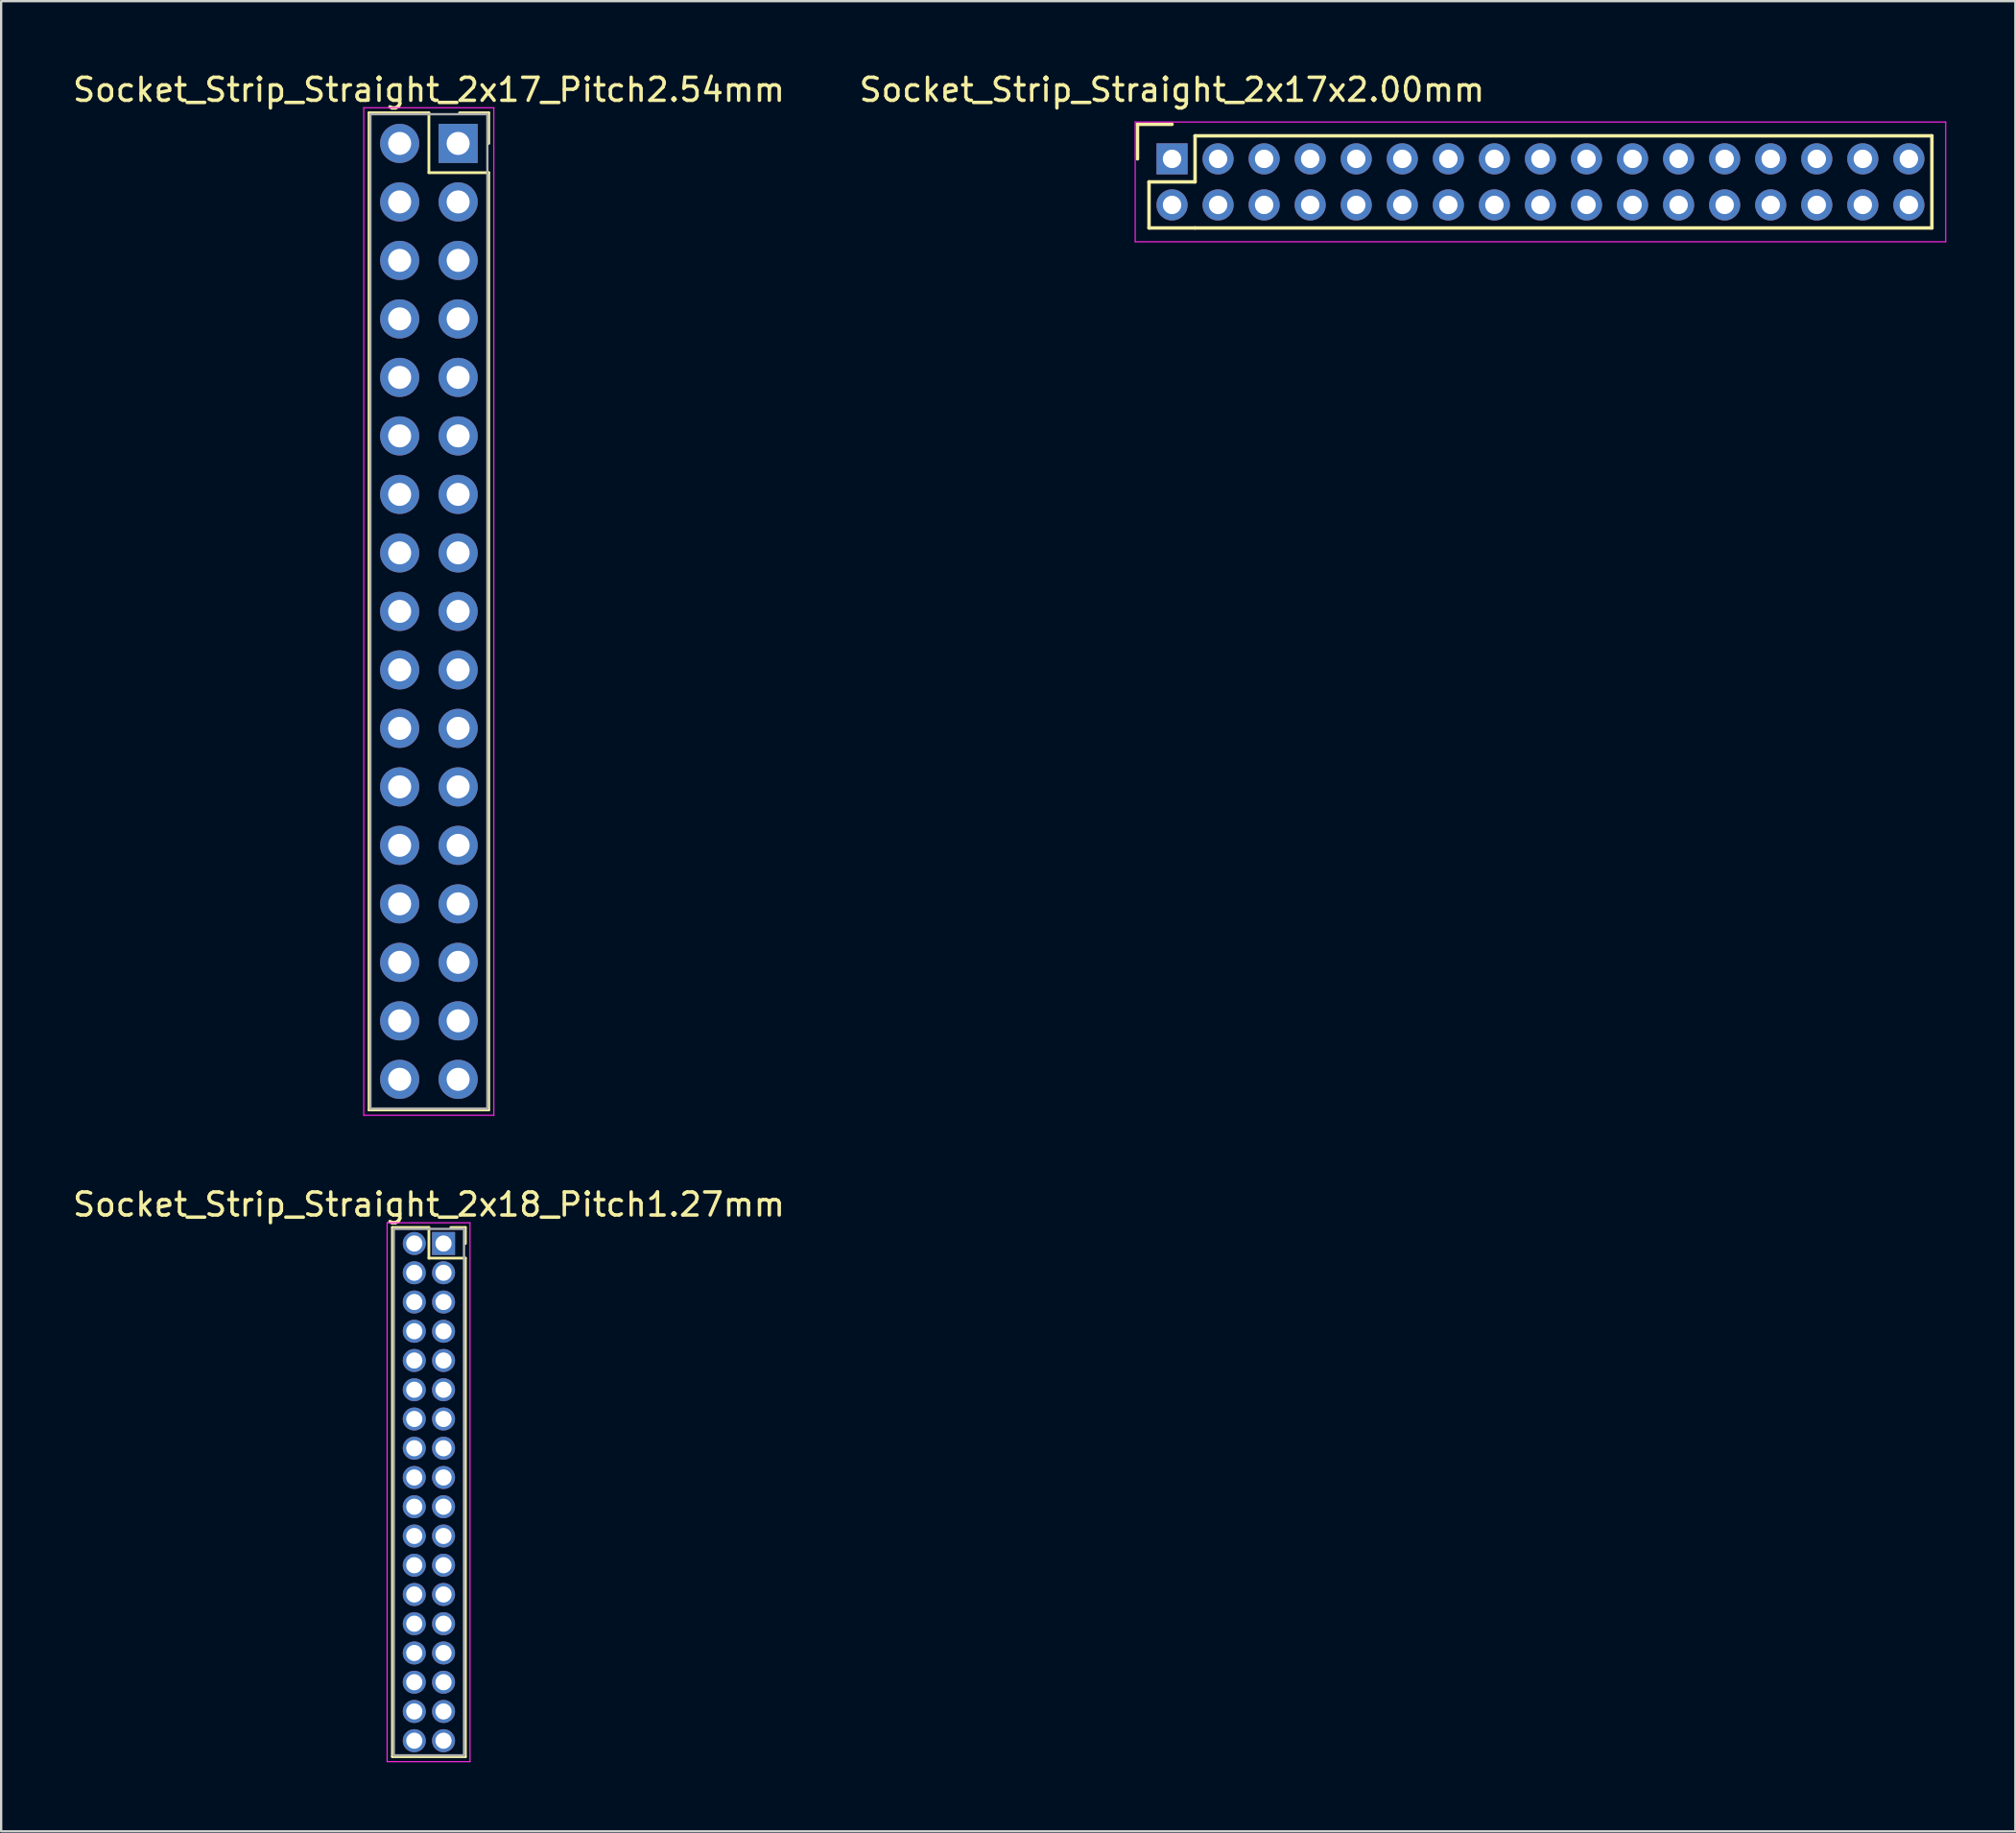
<source format=kicad_pcb>
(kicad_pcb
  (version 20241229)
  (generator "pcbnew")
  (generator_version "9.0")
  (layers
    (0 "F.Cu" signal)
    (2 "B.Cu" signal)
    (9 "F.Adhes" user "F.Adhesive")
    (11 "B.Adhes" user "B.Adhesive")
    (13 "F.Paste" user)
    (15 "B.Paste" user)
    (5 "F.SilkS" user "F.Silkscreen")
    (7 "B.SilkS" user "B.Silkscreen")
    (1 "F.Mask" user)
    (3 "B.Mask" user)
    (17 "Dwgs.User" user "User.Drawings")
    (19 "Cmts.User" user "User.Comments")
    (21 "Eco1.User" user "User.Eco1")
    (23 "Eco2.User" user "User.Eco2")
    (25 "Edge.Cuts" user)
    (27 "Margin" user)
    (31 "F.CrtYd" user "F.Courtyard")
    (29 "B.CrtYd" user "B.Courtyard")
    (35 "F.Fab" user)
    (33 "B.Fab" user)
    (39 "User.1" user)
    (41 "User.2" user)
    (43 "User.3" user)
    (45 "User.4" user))
  (footprint "Socket_Strip_Straight_2x17_Pitch2.54mm"
    (layer "F.Cu")
    (at 16.847 3.178)
    (property "Reference" "Socket_Strip_Straight_2x17_Pitch2.54mm" (at -1.27 -2.33 0) (layer "F.SilkS") (effects (font (size 1 1) (thickness 0.15))))
    (attr through_hole)
    (fp_line (start -3.87 -1.33) (end -1.27 -1.33) (stroke (width 0.12) (type solid)) (layer "F.SilkS"))
    (fp_line (start -3.87 41.97) (end -3.87 -1.33) (stroke (width 0.12) (type solid)) (layer "F.SilkS"))
    (fp_line (start -1.27 -1.33) (end -1.27 1.27) (stroke (width 0.12) (type solid)) (layer "F.SilkS"))
    (fp_line (start -1.27 1.27) (end 1.33 1.27) (stroke (width 0.12) (type solid)) (layer "F.SilkS"))
    (fp_line (start 1.33 -1.33) (end 0.06 -1.33) (stroke (width 0.12) (type solid)) (layer "F.SilkS"))
    (fp_line (start 1.33 0) (end 1.33 -1.33) (stroke (width 0.12) (type solid)) (layer "F.SilkS"))
    (fp_line (start 1.33 1.27) (end 1.33 41.97) (stroke (width 0.12) (type solid)) (layer "F.SilkS"))
    (fp_line (start 1.33 41.97) (end -3.87 41.97) (stroke (width 0.12) (type solid)) (layer "F.SilkS"))
    (fp_line (start -4.1 -1.55) (end -4.1 42.2) (stroke (width 0.05) (type solid)) (layer "F.CrtYd"))
    (fp_line (start -4.1 42.2) (end 1.55 42.2) (stroke (width 0.05) (type solid)) (layer "F.CrtYd"))
    (fp_line (start 1.55 -1.55) (end -4.1 -1.55) (stroke (width 0.05) (type solid)) (layer "F.CrtYd"))
    (fp_line (start 1.55 42.2) (end 1.55 -1.55) (stroke (width 0.05) (type solid)) (layer "F.CrtYd"))
    (fp_line (start -3.81 -1.27) (end -3.81 41.91) (stroke (width 0.1) (type solid)) (layer "F.Fab"))
    (fp_line (start -3.81 41.91) (end 1.27 41.91) (stroke (width 0.1) (type solid)) (layer "F.Fab"))
    (fp_line (start 1.27 -1.27) (end -3.81 -1.27) (stroke (width 0.1) (type solid)) (layer "F.Fab"))
    (fp_line (start 1.27 41.91) (end 1.27 -1.27) (stroke (width 0.1) (type solid)) (layer "F.Fab"))
    (pad "1" thru_hole rect (at 0 0) (size 1.7 1.7) (drill 1) (layers "*.Cu" "*.Mask"))
    (pad "2" thru_hole oval (at -2.54 0) (size 1.7 1.7) (drill 1) (layers "*.Cu" "*.Mask"))
    (pad "3" thru_hole oval (at 0 2.54) (size 1.7 1.7) (drill 1) (layers "*.Cu" "*.Mask"))
    (pad "4" thru_hole oval (at -2.54 2.54) (size 1.7 1.7) (drill 1) (layers "*.Cu" "*.Mask"))
    (pad "5" thru_hole oval (at 0 5.08) (size 1.7 1.7) (drill 1) (layers "*.Cu" "*.Mask"))
    (pad "6" thru_hole oval (at -2.54 5.08) (size 1.7 1.7) (drill 1) (layers "*.Cu" "*.Mask"))
    (pad "7" thru_hole oval (at 0 7.62) (size 1.7 1.7) (drill 1) (layers "*.Cu" "*.Mask"))
    (pad "8" thru_hole oval (at -2.54 7.62) (size 1.7 1.7) (drill 1) (layers "*.Cu" "*.Mask"))
    (pad "9" thru_hole oval (at 0 10.16) (size 1.7 1.7) (drill 1) (layers "*.Cu" "*.Mask"))
    (pad "10" thru_hole oval (at -2.54 10.16) (size 1.7 1.7) (drill 1) (layers "*.Cu" "*.Mask"))
    (pad "11" thru_hole oval (at 0 12.7) (size 1.7 1.7) (drill 1) (layers "*.Cu" "*.Mask"))
    (pad "12" thru_hole oval (at -2.54 12.7) (size 1.7 1.7) (drill 1) (layers "*.Cu" "*.Mask"))
    (pad "13" thru_hole oval (at 0 15.24) (size 1.7 1.7) (drill 1) (layers "*.Cu" "*.Mask"))
    (pad "14" thru_hole oval (at -2.54 15.24) (size 1.7 1.7) (drill 1) (layers "*.Cu" "*.Mask"))
    (pad "15" thru_hole oval (at 0 17.78) (size 1.7 1.7) (drill 1) (layers "*.Cu" "*.Mask"))
    (pad "16" thru_hole oval (at -2.54 17.78) (size 1.7 1.7) (drill 1) (layers "*.Cu" "*.Mask"))
    (pad "17" thru_hole oval (at 0 20.32) (size 1.7 1.7) (drill 1) (layers "*.Cu" "*.Mask"))
    (pad "18" thru_hole oval (at -2.54 20.32) (size 1.7 1.7) (drill 1) (layers "*.Cu" "*.Mask"))
    (pad "19" thru_hole oval (at 0 22.86) (size 1.7 1.7) (drill 1) (layers "*.Cu" "*.Mask"))
    (pad "20" thru_hole oval (at -2.54 22.86) (size 1.7 1.7) (drill 1) (layers "*.Cu" "*.Mask"))
    (pad "21" thru_hole oval (at 0 25.4) (size 1.7 1.7) (drill 1) (layers "*.Cu" "*.Mask"))
    (pad "22" thru_hole oval (at -2.54 25.4) (size 1.7 1.7) (drill 1) (layers "*.Cu" "*.Mask"))
    (pad "23" thru_hole oval (at 0 27.94) (size 1.7 1.7) (drill 1) (layers "*.Cu" "*.Mask"))
    (pad "24" thru_hole oval (at -2.54 27.94) (size 1.7 1.7) (drill 1) (layers "*.Cu" "*.Mask"))
    (pad "25" thru_hole oval (at 0 30.48) (size 1.7 1.7) (drill 1) (layers "*.Cu" "*.Mask"))
    (pad "26" thru_hole oval (at -2.54 30.48) (size 1.7 1.7) (drill 1) (layers "*.Cu" "*.Mask"))
    (pad "27" thru_hole oval (at 0 33.02) (size 1.7 1.7) (drill 1) (layers "*.Cu" "*.Mask"))
    (pad "28" thru_hole oval (at -2.54 33.02) (size 1.7 1.7) (drill 1) (layers "*.Cu" "*.Mask"))
    (pad "29" thru_hole oval (at 0 35.56) (size 1.7 1.7) (drill 1) (layers "*.Cu" "*.Mask"))
    (pad "30" thru_hole oval (at -2.54 35.56) (size 1.7 1.7) (drill 1) (layers "*.Cu" "*.Mask"))
    (pad "31" thru_hole oval (at 0 38.1) (size 1.7 1.7) (drill 1) (layers "*.Cu" "*.Mask"))
    (pad "32" thru_hole oval (at -2.54 38.1) (size 1.7 1.7) (drill 1) (layers "*.Cu" "*.Mask"))
    (pad "33" thru_hole oval (at 0 40.64) (size 1.7 1.7) (drill 1) (layers "*.Cu" "*.Mask"))
    (pad "34" thru_hole oval (at -2.54 40.64) (size 1.7 1.7) (drill 1) (layers "*.Cu" "*.Mask")))
  (footprint "Socket_Strip_Straight_2x18_Pitch1.27mm"
    (layer "F.Cu")
    (at 16.212 50.947)
    (property "Reference" "Socket_Strip_Straight_2x18_Pitch1.27mm" (at -0.635 -1.695 0) (layer "F.SilkS") (effects (font (size 1 1) (thickness 0.15))))
    (attr through_hole)
    (fp_line (start -2.22 -0.695) (end -0.635 -0.695) (stroke (width 0.12) (type solid)) (layer "F.SilkS"))
    (fp_line (start -2.22 22.285) (end -2.22 -0.695) (stroke (width 0.12) (type solid)) (layer "F.SilkS"))
    (fp_line (start -0.635 -0.695) (end -0.635 0.635) (stroke (width 0.12) (type solid)) (layer "F.SilkS"))
    (fp_line (start -0.635 0.635) (end 0.95 0.635) (stroke (width 0.12) (type solid)) (layer "F.SilkS"))
    (fp_line (start 0.95 -0.695) (end 0.315 -0.695) (stroke (width 0.12) (type solid)) (layer "F.SilkS"))
    (fp_line (start 0.95 0) (end 0.95 -0.695) (stroke (width 0.12) (type solid)) (layer "F.SilkS"))
    (fp_line (start 0.95 0.635) (end 0.95 22.285) (stroke (width 0.12) (type solid)) (layer "F.SilkS"))
    (fp_line (start 0.95 22.285) (end -2.22 22.285) (stroke (width 0.12) (type solid)) (layer "F.SilkS"))
    (fp_line (start -2.45 -0.9) (end -2.45 22.5) (stroke (width 0.05) (type solid)) (layer "F.CrtYd"))
    (fp_line (start -2.45 22.5) (end 1.15 22.5) (stroke (width 0.05) (type solid)) (layer "F.CrtYd"))
    (fp_line (start 1.15 -0.9) (end -2.45 -0.9) (stroke (width 0.05) (type solid)) (layer "F.CrtYd"))
    (fp_line (start 1.15 22.5) (end 1.15 -0.9) (stroke (width 0.05) (type solid)) (layer "F.CrtYd"))
    (fp_line (start -2.16 -0.635) (end -2.16 22.225) (stroke (width 0.1) (type solid)) (layer "F.Fab"))
    (fp_line (start -2.16 22.225) (end 0.89 22.225) (stroke (width 0.1) (type solid)) (layer "F.Fab"))
    (fp_line (start 0.89 -0.635) (end -2.16 -0.635) (stroke (width 0.1) (type solid)) (layer "F.Fab"))
    (fp_line (start 0.89 22.225) (end 0.89 -0.635) (stroke (width 0.1) (type solid)) (layer "F.Fab"))
    (pad "1" thru_hole rect (at 0 0) (size 1 1) (drill 0.7) (layers "*.Cu" "*.Mask"))
    (pad "2" thru_hole oval (at -1.27 0) (size 1 1) (drill 0.7) (layers "*.Cu" "*.Mask"))
    (pad "3" thru_hole oval (at 0 1.27) (size 1 1) (drill 0.7) (layers "*.Cu" "*.Mask"))
    (pad "4" thru_hole oval (at -1.27 1.27) (size 1 1) (drill 0.7) (layers "*.Cu" "*.Mask"))
    (pad "5" thru_hole oval (at 0 2.54) (size 1 1) (drill 0.7) (layers "*.Cu" "*.Mask"))
    (pad "6" thru_hole oval (at -1.27 2.54) (size 1 1) (drill 0.7) (layers "*.Cu" "*.Mask"))
    (pad "7" thru_hole oval (at 0 3.81) (size 1 1) (drill 0.7) (layers "*.Cu" "*.Mask"))
    (pad "8" thru_hole oval (at -1.27 3.81) (size 1 1) (drill 0.7) (layers "*.Cu" "*.Mask"))
    (pad "9" thru_hole oval (at 0 5.08) (size 1 1) (drill 0.7) (layers "*.Cu" "*.Mask"))
    (pad "10" thru_hole oval (at -1.27 5.08) (size 1 1) (drill 0.7) (layers "*.Cu" "*.Mask"))
    (pad "11" thru_hole oval (at 0 6.35) (size 1 1) (drill 0.7) (layers "*.Cu" "*.Mask"))
    (pad "12" thru_hole oval (at -1.27 6.35) (size 1 1) (drill 0.7) (layers "*.Cu" "*.Mask"))
    (pad "13" thru_hole oval (at 0 7.62) (size 1 1) (drill 0.7) (layers "*.Cu" "*.Mask"))
    (pad "14" thru_hole oval (at -1.27 7.62) (size 1 1) (drill 0.7) (layers "*.Cu" "*.Mask"))
    (pad "15" thru_hole oval (at 0 8.89) (size 1 1) (drill 0.7) (layers "*.Cu" "*.Mask"))
    (pad "16" thru_hole oval (at -1.27 8.89) (size 1 1) (drill 0.7) (layers "*.Cu" "*.Mask"))
    (pad "17" thru_hole oval (at 0 10.16) (size 1 1) (drill 0.7) (layers "*.Cu" "*.Mask"))
    (pad "18" thru_hole oval (at -1.27 10.16) (size 1 1) (drill 0.7) (layers "*.Cu" "*.Mask"))
    (pad "19" thru_hole oval (at 0 11.43) (size 1 1) (drill 0.7) (layers "*.Cu" "*.Mask"))
    (pad "20" thru_hole oval (at -1.27 11.43) (size 1 1) (drill 0.7) (layers "*.Cu" "*.Mask"))
    (pad "21" thru_hole oval (at 0 12.7) (size 1 1) (drill 0.7) (layers "*.Cu" "*.Mask"))
    (pad "22" thru_hole oval (at -1.27 12.7) (size 1 1) (drill 0.7) (layers "*.Cu" "*.Mask"))
    (pad "23" thru_hole oval (at 0 13.97) (size 1 1) (drill 0.7) (layers "*.Cu" "*.Mask"))
    (pad "24" thru_hole oval (at -1.27 13.97) (size 1 1) (drill 0.7) (layers "*.Cu" "*.Mask"))
    (pad "25" thru_hole oval (at 0 15.24) (size 1 1) (drill 0.7) (layers "*.Cu" "*.Mask"))
    (pad "26" thru_hole oval (at -1.27 15.24) (size 1 1) (drill 0.7) (layers "*.Cu" "*.Mask"))
    (pad "27" thru_hole oval (at 0 16.51) (size 1 1) (drill 0.7) (layers "*.Cu" "*.Mask"))
    (pad "28" thru_hole oval (at -1.27 16.51) (size 1 1) (drill 0.7) (layers "*.Cu" "*.Mask"))
    (pad "29" thru_hole oval (at 0 17.78) (size 1 1) (drill 0.7) (layers "*.Cu" "*.Mask"))
    (pad "30" thru_hole oval (at -1.27 17.78) (size 1 1) (drill 0.7) (layers "*.Cu" "*.Mask"))
    (pad "31" thru_hole oval (at 0 19.05) (size 1 1) (drill 0.7) (layers "*.Cu" "*.Mask"))
    (pad "32" thru_hole oval (at -1.27 19.05) (size 1 1) (drill 0.7) (layers "*.Cu" "*.Mask"))
    (pad "33" thru_hole oval (at 0 20.32) (size 1 1) (drill 0.7) (layers "*.Cu" "*.Mask"))
    (pad "34" thru_hole oval (at -1.27 20.32) (size 1 1) (drill 0.7) (layers "*.Cu" "*.Mask"))
    (pad "35" thru_hole oval (at 0 21.59) (size 1 1) (drill 0.7) (layers "*.Cu" "*.Mask"))
    (pad "36" thru_hole oval (at -1.27 21.59) (size 1 1) (drill 0.7) (layers "*.Cu" "*.Mask")))
  (footprint "Socket_Strip_Straight_2x17x2.00mm"
    (layer "F.Cu")
    (at 47.851 3.848)
    (property "Reference" "Socket_Strip_Straight_2x17x2.00mm" (at 0 -3 0) (layer "F.SilkS") (effects (font (size 1 1) (thickness 0.15))))
    (attr through_hole)
    (fp_line (start -1.5 -1.5) (end -1.5 0) (stroke (width 0.15) (type solid)) (layer "F.SilkS"))
    (fp_line (start -1 1) (end -1 3) (stroke (width 0.15) (type solid)) (layer "F.SilkS"))
    (fp_line (start -1 3) (end 1 3) (stroke (width 0.15) (type solid)) (layer "F.SilkS"))
    (fp_line (start 0 -1.5) (end -1.5 -1.5) (stroke (width 0.15) (type solid)) (layer "F.SilkS"))
    (fp_line (start 1 -1) (end 1 1) (stroke (width 0.15) (type solid)) (layer "F.SilkS"))
    (fp_line (start 1 1) (end -1 1) (stroke (width 0.15) (type solid)) (layer "F.SilkS"))
    (fp_line (start 1 3) (end 33 3) (stroke (width 0.15) (type solid)) (layer "F.SilkS"))
    (fp_line (start 33 -1) (end 1 -1) (stroke (width 0.15) (type solid)) (layer "F.SilkS"))
    (fp_line (start 33 3) (end 33 -1) (stroke (width 0.15) (type solid)) (layer "F.SilkS"))
    (fp_line (start -1.6 -1.6) (end -1.6 3.6) (stroke (width 0.05) (type solid)) (layer "F.CrtYd"))
    (fp_line (start -1.6 3.6) (end 33.6 3.6) (stroke (width 0.05) (type solid)) (layer "F.CrtYd"))
    (fp_line (start 33.6 -1.6) (end -1.6 -1.6) (stroke (width 0.05) (type solid)) (layer "F.CrtYd"))
    (fp_line (start 33.6 3.6) (end 33.6 -1.6) (stroke (width 0.05) (type solid)) (layer "F.CrtYd"))
    (pad "1" thru_hole rect (at 0 0) (size 1.35 1.35) (drill 0.8) (layers "*.Cu" "*.Mask"))
    (pad "2" thru_hole circle (at 0 2) (size 1.35 1.35) (drill 0.8) (layers "*.Cu" "*.Mask"))
    (pad "3" thru_hole circle (at 2 0) (size 1.35 1.35) (drill 0.8) (layers "*.Cu" "*.Mask"))
    (pad "4" thru_hole circle (at 2 2) (size 1.35 1.35) (drill 0.8) (layers "*.Cu" "*.Mask"))
    (pad "5" thru_hole circle (at 4 0) (size 1.35 1.35) (drill 0.8) (layers "*.Cu" "*.Mask"))
    (pad "6" thru_hole circle (at 4 2) (size 1.35 1.35) (drill 0.8) (layers "*.Cu" "*.Mask"))
    (pad "7" thru_hole circle (at 6 0) (size 1.35 1.35) (drill 0.8) (layers "*.Cu" "*.Mask"))
    (pad "8" thru_hole circle (at 6 2) (size 1.35 1.35) (drill 0.8) (layers "*.Cu" "*.Mask"))
    (pad "9" thru_hole circle (at 8 0) (size 1.35 1.35) (drill 0.8) (layers "*.Cu" "*.Mask"))
    (pad "10" thru_hole circle (at 8 2) (size 1.35 1.35) (drill 0.8) (layers "*.Cu" "*.Mask"))
    (pad "11" thru_hole circle (at 10 0) (size 1.35 1.35) (drill 0.8) (layers "*.Cu" "*.Mask"))
    (pad "12" thru_hole circle (at 10 2) (size 1.35 1.35) (drill 0.8) (layers "*.Cu" "*.Mask"))
    (pad "13" thru_hole circle (at 12 0) (size 1.35 1.35) (drill 0.8) (layers "*.Cu" "*.Mask"))
    (pad "14" thru_hole circle (at 12 2) (size 1.35 1.35) (drill 0.8) (layers "*.Cu" "*.Mask"))
    (pad "15" thru_hole circle (at 14 0) (size 1.35 1.35) (drill 0.8) (layers "*.Cu" "*.Mask"))
    (pad "16" thru_hole circle (at 14 2) (size 1.35 1.35) (drill 0.8) (layers "*.Cu" "*.Mask"))
    (pad "17" thru_hole circle (at 16 0) (size 1.35 1.35) (drill 0.8) (layers "*.Cu" "*.Mask"))
    (pad "18" thru_hole circle (at 16 2) (size 1.35 1.35) (drill 0.8) (layers "*.Cu" "*.Mask"))
    (pad "19" thru_hole circle (at 18 0) (size 1.35 1.35) (drill 0.8) (layers "*.Cu" "*.Mask"))
    (pad "20" thru_hole circle (at 18 2) (size 1.35 1.35) (drill 0.8) (layers "*.Cu" "*.Mask"))
    (pad "21" thru_hole circle (at 20 0) (size 1.35 1.35) (drill 0.8) (layers "*.Cu" "*.Mask"))
    (pad "22" thru_hole circle (at 20 2) (size 1.35 1.35) (drill 0.8) (layers "*.Cu" "*.Mask"))
    (pad "23" thru_hole circle (at 22 0) (size 1.35 1.35) (drill 0.8) (layers "*.Cu" "*.Mask"))
    (pad "24" thru_hole circle (at 22 2) (size 1.35 1.35) (drill 0.8) (layers "*.Cu" "*.Mask"))
    (pad "25" thru_hole circle (at 24 0) (size 1.35 1.35) (drill 0.8) (layers "*.Cu" "*.Mask"))
    (pad "26" thru_hole circle (at 24 2) (size 1.35 1.35) (drill 0.8) (layers "*.Cu" "*.Mask"))
    (pad "27" thru_hole circle (at 26 0) (size 1.35 1.35) (drill 0.8) (layers "*.Cu" "*.Mask"))
    (pad "28" thru_hole circle (at 26 2) (size 1.35 1.35) (drill 0.8) (layers "*.Cu" "*.Mask"))
    (pad "29" thru_hole circle (at 28 0) (size 1.35 1.35) (drill 0.8) (layers "*.Cu" "*.Mask"))
    (pad "30" thru_hole circle (at 28 2) (size 1.35 1.35) (drill 0.8) (layers "*.Cu" "*.Mask"))
    (pad "31" thru_hole circle (at 30 0) (size 1.35 1.35) (drill 0.8) (layers "*.Cu" "*.Mask"))
    (pad "32" thru_hole circle (at 30 2) (size 1.35 1.35) (drill 0.8) (layers "*.Cu" "*.Mask"))
    (pad "33" thru_hole circle (at 32 0) (size 1.35 1.35) (drill 0.8) (layers "*.Cu" "*.Mask"))
    (pad "34" thru_hole circle (at 32 2) (size 1.35 1.35) (drill 0.8) (layers "*.Cu" "*.Mask")))
  (gr_rect
    (start -3 -3)
    (end 84.476 76.472)
    (stroke (width 0.1) (type default))
    (fill no)
    (layer "Edge.Cuts")))
</source>
